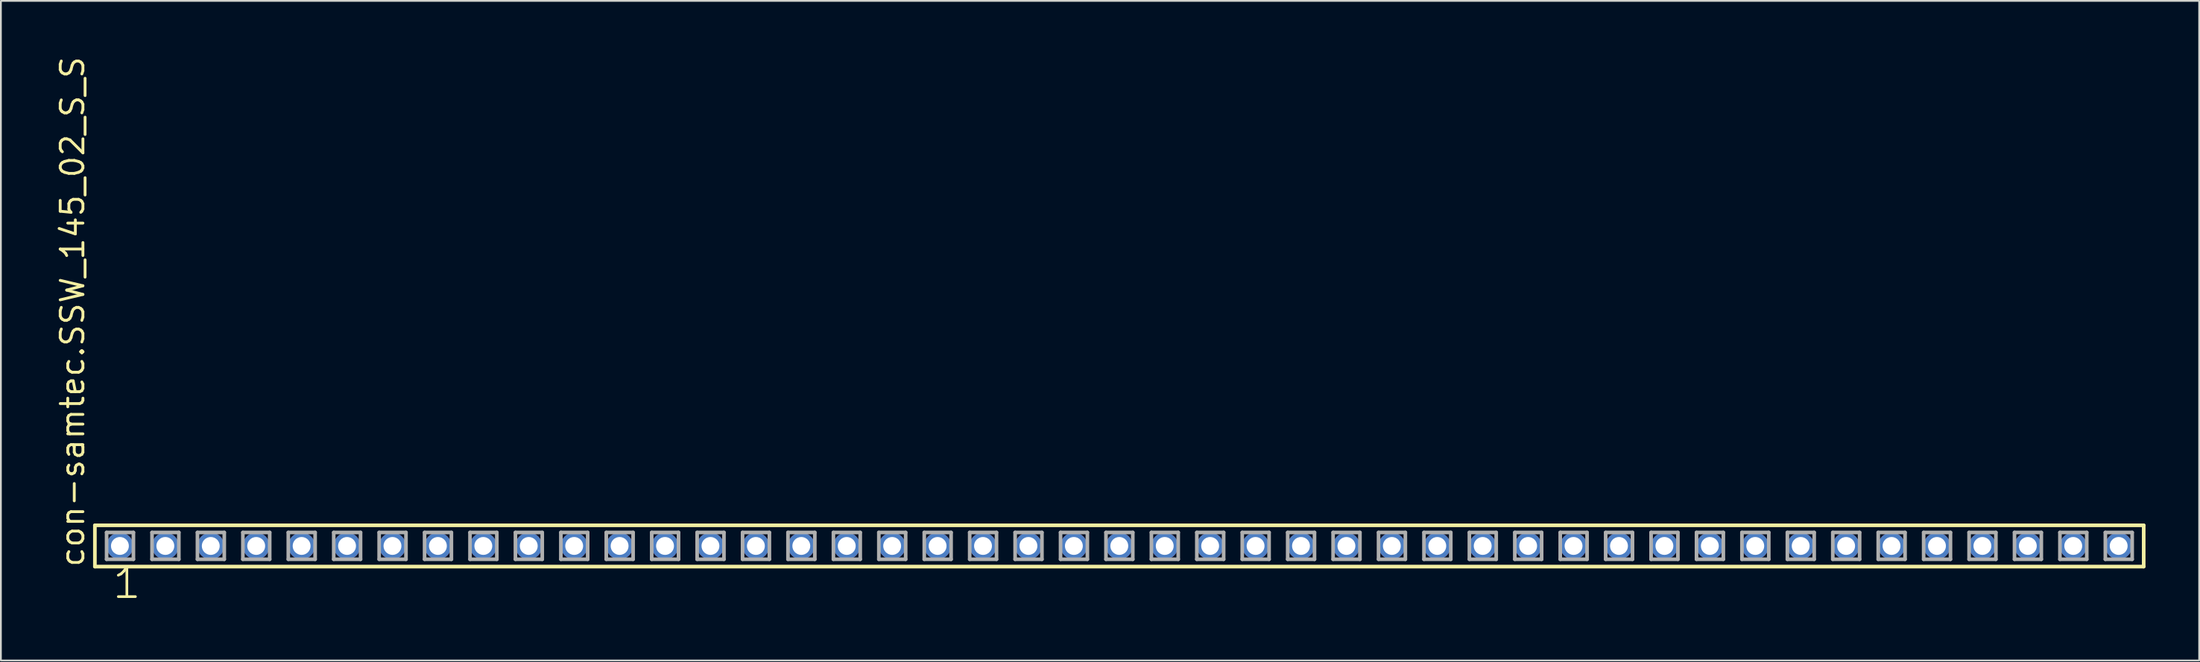
<source format=kicad_pcb>
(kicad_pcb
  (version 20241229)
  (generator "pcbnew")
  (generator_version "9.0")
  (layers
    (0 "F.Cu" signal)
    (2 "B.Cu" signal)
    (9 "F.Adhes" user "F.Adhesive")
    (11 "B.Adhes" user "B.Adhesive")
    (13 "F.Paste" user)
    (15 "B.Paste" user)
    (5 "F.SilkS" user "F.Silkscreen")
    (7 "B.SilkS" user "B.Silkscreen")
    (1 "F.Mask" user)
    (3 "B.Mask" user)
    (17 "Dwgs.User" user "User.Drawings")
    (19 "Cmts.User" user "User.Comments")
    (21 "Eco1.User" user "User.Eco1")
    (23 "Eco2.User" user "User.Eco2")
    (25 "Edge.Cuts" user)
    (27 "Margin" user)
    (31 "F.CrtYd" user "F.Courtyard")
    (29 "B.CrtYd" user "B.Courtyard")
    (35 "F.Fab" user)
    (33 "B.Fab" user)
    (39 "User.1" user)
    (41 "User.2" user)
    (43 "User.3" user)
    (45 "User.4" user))
  (footprint "con-samtec.SSW_145_02_S_S"
    (layer "F.Cu")
    (at 59.535 27.501)
    (property "Reference" "con-samtec.SSW_145_02_S_S" (at -57.785 1.27 90) (layer "F.SilkS") (effects (font (size 1.27 1.27) (thickness 0.16)) (justify left bottom)))
    (attr through_hole)
    (fp_line (start -57.279 -1.155) (end 57.279 -1.155) (stroke (width 0.203) (type default)) (layer "F.SilkS"))
    (fp_line (start -57.279 1.155) (end -57.279 -1.155) (stroke (width 0.203) (type default)) (layer "F.SilkS"))
    (fp_line (start 57.279 -1.155) (end 57.279 1.155) (stroke (width 0.203) (type default)) (layer "F.SilkS"))
    (fp_line (start 57.279 1.155) (end -57.279 1.155) (stroke (width 0.203) (type default)) (layer "F.SilkS"))
    (fp_line (start -56.625 -0.755) (end -55.125 -0.755) (stroke (width 0.203) (type default)) (layer "F.Fab"))
    (fp_line (start -56.625 0.745) (end -56.625 -0.755) (stroke (width 0.203) (type default)) (layer "F.Fab"))
    (fp_line (start -55.125 -0.755) (end -55.125 0.745) (stroke (width 0.203) (type default)) (layer "F.Fab"))
    (fp_line (start -55.125 0.745) (end -56.625 0.745) (stroke (width 0.203) (type default)) (layer "F.Fab"))
    (fp_line (start -54.085 -0.755) (end -52.585 -0.755) (stroke (width 0.203) (type default)) (layer "F.Fab"))
    (fp_line (start -54.085 0.745) (end -54.085 -0.755) (stroke (width 0.203) (type default)) (layer "F.Fab"))
    (fp_line (start -52.585 -0.755) (end -52.585 0.745) (stroke (width 0.203) (type default)) (layer "F.Fab"))
    (fp_line (start -52.585 0.745) (end -54.085 0.745) (stroke (width 0.203) (type default)) (layer "F.Fab"))
    (fp_line (start -51.545 -0.755) (end -50.045 -0.755) (stroke (width 0.203) (type default)) (layer "F.Fab"))
    (fp_line (start -51.545 0.745) (end -51.545 -0.755) (stroke (width 0.203) (type default)) (layer "F.Fab"))
    (fp_line (start -50.045 -0.755) (end -50.045 0.745) (stroke (width 0.203) (type default)) (layer "F.Fab"))
    (fp_line (start -50.045 0.745) (end -51.545 0.745) (stroke (width 0.203) (type default)) (layer "F.Fab"))
    (fp_line (start -49.005 -0.755) (end -47.505 -0.755) (stroke (width 0.203) (type default)) (layer "F.Fab"))
    (fp_line (start -49.005 0.745) (end -49.005 -0.755) (stroke (width 0.203) (type default)) (layer "F.Fab"))
    (fp_line (start -47.505 -0.755) (end -47.505 0.745) (stroke (width 0.203) (type default)) (layer "F.Fab"))
    (fp_line (start -47.505 0.745) (end -49.005 0.745) (stroke (width 0.203) (type default)) (layer "F.Fab"))
    (fp_line (start -46.465 -0.755) (end -44.965 -0.755) (stroke (width 0.203) (type default)) (layer "F.Fab"))
    (fp_line (start -46.465 0.745) (end -46.465 -0.755) (stroke (width 0.203) (type default)) (layer "F.Fab"))
    (fp_line (start -44.965 -0.755) (end -44.965 0.745) (stroke (width 0.203) (type default)) (layer "F.Fab"))
    (fp_line (start -44.965 0.745) (end -46.465 0.745) (stroke (width 0.203) (type default)) (layer "F.Fab"))
    (fp_line (start -43.925 -0.755) (end -42.425 -0.755) (stroke (width 0.203) (type default)) (layer "F.Fab"))
    (fp_line (start -43.925 0.745) (end -43.925 -0.755) (stroke (width 0.203) (type default)) (layer "F.Fab"))
    (fp_line (start -42.425 -0.755) (end -42.425 0.745) (stroke (width 0.203) (type default)) (layer "F.Fab"))
    (fp_line (start -42.425 0.745) (end -43.925 0.745) (stroke (width 0.203) (type default)) (layer "F.Fab"))
    (fp_line (start -41.385 -0.755) (end -39.885 -0.755) (stroke (width 0.203) (type default)) (layer "F.Fab"))
    (fp_line (start -41.385 0.745) (end -41.385 -0.755) (stroke (width 0.203) (type default)) (layer "F.Fab"))
    (fp_line (start -39.885 -0.755) (end -39.885 0.745) (stroke (width 0.203) (type default)) (layer "F.Fab"))
    (fp_line (start -39.885 0.745) (end -41.385 0.745) (stroke (width 0.203) (type default)) (layer "F.Fab"))
    (fp_line (start -38.845 -0.755) (end -37.345 -0.755) (stroke (width 0.203) (type default)) (layer "F.Fab"))
    (fp_line (start -38.845 0.745) (end -38.845 -0.755) (stroke (width 0.203) (type default)) (layer "F.Fab"))
    (fp_line (start -37.345 -0.755) (end -37.345 0.745) (stroke (width 0.203) (type default)) (layer "F.Fab"))
    (fp_line (start -37.345 0.745) (end -38.845 0.745) (stroke (width 0.203) (type default)) (layer "F.Fab"))
    (fp_line (start -36.305 -0.755) (end -34.805 -0.755) (stroke (width 0.203) (type default)) (layer "F.Fab"))
    (fp_line (start -36.305 0.745) (end -36.305 -0.755) (stroke (width 0.203) (type default)) (layer "F.Fab"))
    (fp_line (start -34.805 -0.755) (end -34.805 0.745) (stroke (width 0.203) (type default)) (layer "F.Fab"))
    (fp_line (start -34.805 0.745) (end -36.305 0.745) (stroke (width 0.203) (type default)) (layer "F.Fab"))
    (fp_line (start -33.765 -0.755) (end -32.265 -0.755) (stroke (width 0.203) (type default)) (layer "F.Fab"))
    (fp_line (start -33.765 0.745) (end -33.765 -0.755) (stroke (width 0.203) (type default)) (layer "F.Fab"))
    (fp_line (start -32.265 -0.755) (end -32.265 0.745) (stroke (width 0.203) (type default)) (layer "F.Fab"))
    (fp_line (start -32.265 0.745) (end -33.765 0.745) (stroke (width 0.203) (type default)) (layer "F.Fab"))
    (fp_line (start -31.225 -0.755) (end -29.725 -0.755) (stroke (width 0.203) (type default)) (layer "F.Fab"))
    (fp_line (start -31.225 0.745) (end -31.225 -0.755) (stroke (width 0.203) (type default)) (layer "F.Fab"))
    (fp_line (start -29.725 -0.755) (end -29.725 0.745) (stroke (width 0.203) (type default)) (layer "F.Fab"))
    (fp_line (start -29.725 0.745) (end -31.225 0.745) (stroke (width 0.203) (type default)) (layer "F.Fab"))
    (fp_line (start -28.685 -0.755) (end -27.185 -0.755) (stroke (width 0.203) (type default)) (layer "F.Fab"))
    (fp_line (start -28.685 0.745) (end -28.685 -0.755) (stroke (width 0.203) (type default)) (layer "F.Fab"))
    (fp_line (start -27.185 -0.755) (end -27.185 0.745) (stroke (width 0.203) (type default)) (layer "F.Fab"))
    (fp_line (start -27.185 0.745) (end -28.685 0.745) (stroke (width 0.203) (type default)) (layer "F.Fab"))
    (fp_line (start -26.145 -0.755) (end -24.645 -0.755) (stroke (width 0.203) (type default)) (layer "F.Fab"))
    (fp_line (start -26.145 0.745) (end -26.145 -0.755) (stroke (width 0.203) (type default)) (layer "F.Fab"))
    (fp_line (start -24.645 -0.755) (end -24.645 0.745) (stroke (width 0.203) (type default)) (layer "F.Fab"))
    (fp_line (start -24.645 0.745) (end -26.145 0.745) (stroke (width 0.203) (type default)) (layer "F.Fab"))
    (fp_line (start -23.605 -0.755) (end -22.105 -0.755) (stroke (width 0.203) (type default)) (layer "F.Fab"))
    (fp_line (start -23.605 0.745) (end -23.605 -0.755) (stroke (width 0.203) (type default)) (layer "F.Fab"))
    (fp_line (start -22.105 -0.755) (end -22.105 0.745) (stroke (width 0.203) (type default)) (layer "F.Fab"))
    (fp_line (start -22.105 0.745) (end -23.605 0.745) (stroke (width 0.203) (type default)) (layer "F.Fab"))
    (fp_line (start -21.065 -0.755) (end -19.565 -0.755) (stroke (width 0.203) (type default)) (layer "F.Fab"))
    (fp_line (start -21.065 0.745) (end -21.065 -0.755) (stroke (width 0.203) (type default)) (layer "F.Fab"))
    (fp_line (start -19.565 -0.755) (end -19.565 0.745) (stroke (width 0.203) (type default)) (layer "F.Fab"))
    (fp_line (start -19.565 0.745) (end -21.065 0.745) (stroke (width 0.203) (type default)) (layer "F.Fab"))
    (fp_line (start -18.525 -0.755) (end -17.025 -0.755) (stroke (width 0.203) (type default)) (layer "F.Fab"))
    (fp_line (start -18.525 0.745) (end -18.525 -0.755) (stroke (width 0.203) (type default)) (layer "F.Fab"))
    (fp_line (start -17.025 -0.755) (end -17.025 0.745) (stroke (width 0.203) (type default)) (layer "F.Fab"))
    (fp_line (start -17.025 0.745) (end -18.525 0.745) (stroke (width 0.203) (type default)) (layer "F.Fab"))
    (fp_line (start -15.985 -0.755) (end -14.485 -0.755) (stroke (width 0.203) (type default)) (layer "F.Fab"))
    (fp_line (start -15.985 0.745) (end -15.985 -0.755) (stroke (width 0.203) (type default)) (layer "F.Fab"))
    (fp_line (start -14.485 -0.755) (end -14.485 0.745) (stroke (width 0.203) (type default)) (layer "F.Fab"))
    (fp_line (start -14.485 0.745) (end -15.985 0.745) (stroke (width 0.203) (type default)) (layer "F.Fab"))
    (fp_line (start -13.445 -0.755) (end -11.945 -0.755) (stroke (width 0.203) (type default)) (layer "F.Fab"))
    (fp_line (start -13.445 0.745) (end -13.445 -0.755) (stroke (width 0.203) (type default)) (layer "F.Fab"))
    (fp_line (start -11.945 -0.755) (end -11.945 0.745) (stroke (width 0.203) (type default)) (layer "F.Fab"))
    (fp_line (start -11.945 0.745) (end -13.445 0.745) (stroke (width 0.203) (type default)) (layer "F.Fab"))
    (fp_line (start -10.905 -0.755) (end -9.405 -0.755) (stroke (width 0.203) (type default)) (layer "F.Fab"))
    (fp_line (start -10.905 0.745) (end -10.905 -0.755) (stroke (width 0.203) (type default)) (layer "F.Fab"))
    (fp_line (start -9.405 -0.755) (end -9.405 0.745) (stroke (width 0.203) (type default)) (layer "F.Fab"))
    (fp_line (start -9.405 0.745) (end -10.905 0.745) (stroke (width 0.203) (type default)) (layer "F.Fab"))
    (fp_line (start -8.365 -0.755) (end -6.865 -0.755) (stroke (width 0.203) (type default)) (layer "F.Fab"))
    (fp_line (start -8.365 0.745) (end -8.365 -0.755) (stroke (width 0.203) (type default)) (layer "F.Fab"))
    (fp_line (start -6.865 -0.755) (end -6.865 0.745) (stroke (width 0.203) (type default)) (layer "F.Fab"))
    (fp_line (start -6.865 0.745) (end -8.365 0.745) (stroke (width 0.203) (type default)) (layer "F.Fab"))
    (fp_line (start -5.825 -0.755) (end -4.325 -0.755) (stroke (width 0.203) (type default)) (layer "F.Fab"))
    (fp_line (start -5.825 0.745) (end -5.825 -0.755) (stroke (width 0.203) (type default)) (layer "F.Fab"))
    (fp_line (start -4.325 -0.755) (end -4.325 0.745) (stroke (width 0.203) (type default)) (layer "F.Fab"))
    (fp_line (start -4.325 0.745) (end -5.825 0.745) (stroke (width 0.203) (type default)) (layer "F.Fab"))
    (fp_line (start -3.285 -0.755) (end -1.785 -0.755) (stroke (width 0.203) (type default)) (layer "F.Fab"))
    (fp_line (start -3.285 0.745) (end -3.285 -0.755) (stroke (width 0.203) (type default)) (layer "F.Fab"))
    (fp_line (start -1.785 -0.755) (end -1.785 0.745) (stroke (width 0.203) (type default)) (layer "F.Fab"))
    (fp_line (start -1.785 0.745) (end -3.285 0.745) (stroke (width 0.203) (type default)) (layer "F.Fab"))
    (fp_line (start -0.745 -0.755) (end 0.755 -0.755) (stroke (width 0.203) (type default)) (layer "F.Fab"))
    (fp_line (start -0.745 0.745) (end -0.745 -0.755) (stroke (width 0.203) (type default)) (layer "F.Fab"))
    (fp_line (start 0.755 -0.755) (end 0.755 0.745) (stroke (width 0.203) (type default)) (layer "F.Fab"))
    (fp_line (start 0.755 0.745) (end -0.745 0.745) (stroke (width 0.203) (type default)) (layer "F.Fab"))
    (fp_line (start 1.795 -0.755) (end 3.295 -0.755) (stroke (width 0.203) (type default)) (layer "F.Fab"))
    (fp_line (start 1.795 0.745) (end 1.795 -0.755) (stroke (width 0.203) (type default)) (layer "F.Fab"))
    (fp_line (start 3.295 -0.755) (end 3.295 0.745) (stroke (width 0.203) (type default)) (layer "F.Fab"))
    (fp_line (start 3.295 0.745) (end 1.795 0.745) (stroke (width 0.203) (type default)) (layer "F.Fab"))
    (fp_line (start 4.335 -0.755) (end 5.835 -0.755) (stroke (width 0.203) (type default)) (layer "F.Fab"))
    (fp_line (start 4.335 0.745) (end 4.335 -0.755) (stroke (width 0.203) (type default)) (layer "F.Fab"))
    (fp_line (start 5.835 -0.755) (end 5.835 0.745) (stroke (width 0.203) (type default)) (layer "F.Fab"))
    (fp_line (start 5.835 0.745) (end 4.335 0.745) (stroke (width 0.203) (type default)) (layer "F.Fab"))
    (fp_line (start 6.875 -0.755) (end 8.375 -0.755) (stroke (width 0.203) (type default)) (layer "F.Fab"))
    (fp_line (start 6.875 0.745) (end 6.875 -0.755) (stroke (width 0.203) (type default)) (layer "F.Fab"))
    (fp_line (start 8.375 -0.755) (end 8.375 0.745) (stroke (width 0.203) (type default)) (layer "F.Fab"))
    (fp_line (start 8.375 0.745) (end 6.875 0.745) (stroke (width 0.203) (type default)) (layer "F.Fab"))
    (fp_line (start 9.415 -0.755) (end 10.915 -0.755) (stroke (width 0.203) (type default)) (layer "F.Fab"))
    (fp_line (start 9.415 0.745) (end 9.415 -0.755) (stroke (width 0.203) (type default)) (layer "F.Fab"))
    (fp_line (start 10.915 -0.755) (end 10.915 0.745) (stroke (width 0.203) (type default)) (layer "F.Fab"))
    (fp_line (start 10.915 0.745) (end 9.415 0.745) (stroke (width 0.203) (type default)) (layer "F.Fab"))
    (fp_line (start 11.955 -0.755) (end 13.455 -0.755) (stroke (width 0.203) (type default)) (layer "F.Fab"))
    (fp_line (start 11.955 0.745) (end 11.955 -0.755) (stroke (width 0.203) (type default)) (layer "F.Fab"))
    (fp_line (start 13.455 -0.755) (end 13.455 0.745) (stroke (width 0.203) (type default)) (layer "F.Fab"))
    (fp_line (start 13.455 0.745) (end 11.955 0.745) (stroke (width 0.203) (type default)) (layer "F.Fab"))
    (fp_line (start 14.495 -0.755) (end 15.995 -0.755) (stroke (width 0.203) (type default)) (layer "F.Fab"))
    (fp_line (start 14.495 0.745) (end 14.495 -0.755) (stroke (width 0.203) (type default)) (layer "F.Fab"))
    (fp_line (start 15.995 -0.755) (end 15.995 0.745) (stroke (width 0.203) (type default)) (layer "F.Fab"))
    (fp_line (start 15.995 0.745) (end 14.495 0.745) (stroke (width 0.203) (type default)) (layer "F.Fab"))
    (fp_line (start 17.035 -0.755) (end 18.535 -0.755) (stroke (width 0.203) (type default)) (layer "F.Fab"))
    (fp_line (start 17.035 0.745) (end 17.035 -0.755) (stroke (width 0.203) (type default)) (layer "F.Fab"))
    (fp_line (start 18.535 -0.755) (end 18.535 0.745) (stroke (width 0.203) (type default)) (layer "F.Fab"))
    (fp_line (start 18.535 0.745) (end 17.035 0.745) (stroke (width 0.203) (type default)) (layer "F.Fab"))
    (fp_line (start 19.575 -0.755) (end 21.075 -0.755) (stroke (width 0.203) (type default)) (layer "F.Fab"))
    (fp_line (start 19.575 0.745) (end 19.575 -0.755) (stroke (width 0.203) (type default)) (layer "F.Fab"))
    (fp_line (start 21.075 -0.755) (end 21.075 0.745) (stroke (width 0.203) (type default)) (layer "F.Fab"))
    (fp_line (start 21.075 0.745) (end 19.575 0.745) (stroke (width 0.203) (type default)) (layer "F.Fab"))
    (fp_line (start 22.115 -0.755) (end 23.615 -0.755) (stroke (width 0.203) (type default)) (layer "F.Fab"))
    (fp_line (start 22.115 0.745) (end 22.115 -0.755) (stroke (width 0.203) (type default)) (layer "F.Fab"))
    (fp_line (start 23.615 -0.755) (end 23.615 0.745) (stroke (width 0.203) (type default)) (layer "F.Fab"))
    (fp_line (start 23.615 0.745) (end 22.115 0.745) (stroke (width 0.203) (type default)) (layer "F.Fab"))
    (fp_line (start 24.655 -0.755) (end 26.155 -0.755) (stroke (width 0.203) (type default)) (layer "F.Fab"))
    (fp_line (start 24.655 0.745) (end 24.655 -0.755) (stroke (width 0.203) (type default)) (layer "F.Fab"))
    (fp_line (start 26.155 -0.755) (end 26.155 0.745) (stroke (width 0.203) (type default)) (layer "F.Fab"))
    (fp_line (start 26.155 0.745) (end 24.655 0.745) (stroke (width 0.203) (type default)) (layer "F.Fab"))
    (fp_line (start 27.195 -0.755) (end 28.695 -0.755) (stroke (width 0.203) (type default)) (layer "F.Fab"))
    (fp_line (start 27.195 0.745) (end 27.195 -0.755) (stroke (width 0.203) (type default)) (layer "F.Fab"))
    (fp_line (start 28.695 -0.755) (end 28.695 0.745) (stroke (width 0.203) (type default)) (layer "F.Fab"))
    (fp_line (start 28.695 0.745) (end 27.195 0.745) (stroke (width 0.203) (type default)) (layer "F.Fab"))
    (fp_line (start 29.735 -0.755) (end 31.235 -0.755) (stroke (width 0.203) (type default)) (layer "F.Fab"))
    (fp_line (start 29.735 0.745) (end 29.735 -0.755) (stroke (width 0.203) (type default)) (layer "F.Fab"))
    (fp_line (start 31.235 -0.755) (end 31.235 0.745) (stroke (width 0.203) (type default)) (layer "F.Fab"))
    (fp_line (start 31.235 0.745) (end 29.735 0.745) (stroke (width 0.203) (type default)) (layer "F.Fab"))
    (fp_line (start 32.275 -0.755) (end 33.775 -0.755) (stroke (width 0.203) (type default)) (layer "F.Fab"))
    (fp_line (start 32.275 0.745) (end 32.275 -0.755) (stroke (width 0.203) (type default)) (layer "F.Fab"))
    (fp_line (start 33.775 -0.755) (end 33.775 0.745) (stroke (width 0.203) (type default)) (layer "F.Fab"))
    (fp_line (start 33.775 0.745) (end 32.275 0.745) (stroke (width 0.203) (type default)) (layer "F.Fab"))
    (fp_line (start 34.815 -0.755) (end 36.315 -0.755) (stroke (width 0.203) (type default)) (layer "F.Fab"))
    (fp_line (start 34.815 0.745) (end 34.815 -0.755) (stroke (width 0.203) (type default)) (layer "F.Fab"))
    (fp_line (start 36.315 -0.755) (end 36.315 0.745) (stroke (width 0.203) (type default)) (layer "F.Fab"))
    (fp_line (start 36.315 0.745) (end 34.815 0.745) (stroke (width 0.203) (type default)) (layer "F.Fab"))
    (fp_line (start 37.355 -0.755) (end 38.855 -0.755) (stroke (width 0.203) (type default)) (layer "F.Fab"))
    (fp_line (start 37.355 0.745) (end 37.355 -0.755) (stroke (width 0.203) (type default)) (layer "F.Fab"))
    (fp_line (start 38.855 -0.755) (end 38.855 0.745) (stroke (width 0.203) (type default)) (layer "F.Fab"))
    (fp_line (start 38.855 0.745) (end 37.355 0.745) (stroke (width 0.203) (type default)) (layer "F.Fab"))
    (fp_line (start 39.895 -0.755) (end 41.395 -0.755) (stroke (width 0.203) (type default)) (layer "F.Fab"))
    (fp_line (start 39.895 0.745) (end 39.895 -0.755) (stroke (width 0.203) (type default)) (layer "F.Fab"))
    (fp_line (start 41.395 -0.755) (end 41.395 0.745) (stroke (width 0.203) (type default)) (layer "F.Fab"))
    (fp_line (start 41.395 0.745) (end 39.895 0.745) (stroke (width 0.203) (type default)) (layer "F.Fab"))
    (fp_line (start 42.435 -0.755) (end 43.935 -0.755) (stroke (width 0.203) (type default)) (layer "F.Fab"))
    (fp_line (start 42.435 0.745) (end 42.435 -0.755) (stroke (width 0.203) (type default)) (layer "F.Fab"))
    (fp_line (start 43.935 -0.755) (end 43.935 0.745) (stroke (width 0.203) (type default)) (layer "F.Fab"))
    (fp_line (start 43.935 0.745) (end 42.435 0.745) (stroke (width 0.203) (type default)) (layer "F.Fab"))
    (fp_line (start 44.975 -0.755) (end 46.475 -0.755) (stroke (width 0.203) (type default)) (layer "F.Fab"))
    (fp_line (start 44.975 0.745) (end 44.975 -0.755) (stroke (width 0.203) (type default)) (layer "F.Fab"))
    (fp_line (start 46.475 -0.755) (end 46.475 0.745) (stroke (width 0.203) (type default)) (layer "F.Fab"))
    (fp_line (start 46.475 0.745) (end 44.975 0.745) (stroke (width 0.203) (type default)) (layer "F.Fab"))
    (fp_line (start 47.515 -0.755) (end 49.015 -0.755) (stroke (width 0.203) (type default)) (layer "F.Fab"))
    (fp_line (start 47.515 0.745) (end 47.515 -0.755) (stroke (width 0.203) (type default)) (layer "F.Fab"))
    (fp_line (start 49.015 -0.755) (end 49.015 0.745) (stroke (width 0.203) (type default)) (layer "F.Fab"))
    (fp_line (start 49.015 0.745) (end 47.515 0.745) (stroke (width 0.203) (type default)) (layer "F.Fab"))
    (fp_line (start 50.055 -0.755) (end 51.555 -0.755) (stroke (width 0.203) (type default)) (layer "F.Fab"))
    (fp_line (start 50.055 0.745) (end 50.055 -0.755) (stroke (width 0.203) (type default)) (layer "F.Fab"))
    (fp_line (start 51.555 -0.755) (end 51.555 0.745) (stroke (width 0.203) (type default)) (layer "F.Fab"))
    (fp_line (start 51.555 0.745) (end 50.055 0.745) (stroke (width 0.203) (type default)) (layer "F.Fab"))
    (fp_line (start 52.595 -0.755) (end 54.095 -0.755) (stroke (width 0.203) (type default)) (layer "F.Fab"))
    (fp_line (start 52.595 0.745) (end 52.595 -0.755) (stroke (width 0.203) (type default)) (layer "F.Fab"))
    (fp_line (start 54.095 -0.755) (end 54.095 0.745) (stroke (width 0.203) (type default)) (layer "F.Fab"))
    (fp_line (start 54.095 0.745) (end 52.595 0.745) (stroke (width 0.203) (type default)) (layer "F.Fab"))
    (fp_line (start 55.135 -0.755) (end 56.635 -0.755) (stroke (width 0.203) (type default)) (layer "F.Fab"))
    (fp_line (start 55.135 0.745) (end 55.135 -0.755) (stroke (width 0.203) (type default)) (layer "F.Fab"))
    (fp_line (start 56.635 -0.755) (end 56.635 0.745) (stroke (width 0.203) (type default)) (layer "F.Fab"))
    (fp_line (start 56.635 0.745) (end 55.135 0.745) (stroke (width 0.203) (type default)) (layer "F.Fab"))
    (fp_text user "1" (at -56.388 3.048 0) (layer "F.SilkS") (effects (font (size 1.676 1.676) (thickness 0.15)) (justify left bottom)))
    (pad "1" thru_hole circle (at -55.88 0) (size 1.5 1.5) (drill 1) (layers "*.Cu" "*.Mask"))
    (pad "2" thru_hole circle (at -53.34 0) (size 1.5 1.5) (drill 1) (layers "*.Cu" "*.Mask"))
    (pad "3" thru_hole circle (at -50.8 0) (size 1.5 1.5) (drill 1) (layers "*.Cu" "*.Mask"))
    (pad "4" thru_hole circle (at -48.26 0) (size 1.5 1.5) (drill 1) (layers "*.Cu" "*.Mask"))
    (pad "5" thru_hole circle (at -45.72 0) (size 1.5 1.5) (drill 1) (layers "*.Cu" "*.Mask"))
    (pad "6" thru_hole circle (at -43.18 0) (size 1.5 1.5) (drill 1) (layers "*.Cu" "*.Mask"))
    (pad "7" thru_hole circle (at -40.64 0) (size 1.5 1.5) (drill 1) (layers "*.Cu" "*.Mask"))
    (pad "8" thru_hole circle (at -38.1 0) (size 1.5 1.5) (drill 1) (layers "*.Cu" "*.Mask"))
    (pad "9" thru_hole circle (at -35.56 0) (size 1.5 1.5) (drill 1) (layers "*.Cu" "*.Mask"))
    (pad "10" thru_hole circle (at -33.02 0) (size 1.5 1.5) (drill 1) (layers "*.Cu" "*.Mask"))
    (pad "11" thru_hole circle (at -30.48 0) (size 1.5 1.5) (drill 1) (layers "*.Cu" "*.Mask"))
    (pad "12" thru_hole circle (at -27.94 0) (size 1.5 1.5) (drill 1) (layers "*.Cu" "*.Mask"))
    (pad "13" thru_hole circle (at -25.4 0) (size 1.5 1.5) (drill 1) (layers "*.Cu" "*.Mask"))
    (pad "14" thru_hole circle (at -22.86 0) (size 1.5 1.5) (drill 1) (layers "*.Cu" "*.Mask"))
    (pad "15" thru_hole circle (at -20.32 0) (size 1.5 1.5) (drill 1) (layers "*.Cu" "*.Mask"))
    (pad "16" thru_hole circle (at -17.78 0) (size 1.5 1.5) (drill 1) (layers "*.Cu" "*.Mask"))
    (pad "17" thru_hole circle (at -15.24 0) (size 1.5 1.5) (drill 1) (layers "*.Cu" "*.Mask"))
    (pad "18" thru_hole circle (at -12.7 0) (size 1.5 1.5) (drill 1) (layers "*.Cu" "*.Mask"))
    (pad "19" thru_hole circle (at -10.16 0) (size 1.5 1.5) (drill 1) (layers "*.Cu" "*.Mask"))
    (pad "20" thru_hole circle (at -7.62 0) (size 1.5 1.5) (drill 1) (layers "*.Cu" "*.Mask"))
    (pad "21" thru_hole circle (at -5.08 0) (size 1.5 1.5) (drill 1) (layers "*.Cu" "*.Mask"))
    (pad "22" thru_hole circle (at -2.54 0) (size 1.5 1.5) (drill 1) (layers "*.Cu" "*.Mask"))
    (pad "23" thru_hole circle (at 0 0) (size 1.5 1.5) (drill 1) (layers "*.Cu" "*.Mask"))
    (pad "24" thru_hole circle (at 2.54 0) (size 1.5 1.5) (drill 1) (layers "*.Cu" "*.Mask"))
    (pad "25" thru_hole circle (at 5.08 0) (size 1.5 1.5) (drill 1) (layers "*.Cu" "*.Mask"))
    (pad "26" thru_hole circle (at 7.62 0) (size 1.5 1.5) (drill 1) (layers "*.Cu" "*.Mask"))
    (pad "27" thru_hole circle (at 10.16 0) (size 1.5 1.5) (drill 1) (layers "*.Cu" "*.Mask"))
    (pad "28" thru_hole circle (at 12.7 0) (size 1.5 1.5) (drill 1) (layers "*.Cu" "*.Mask"))
    (pad "29" thru_hole circle (at 15.24 0) (size 1.5 1.5) (drill 1) (layers "*.Cu" "*.Mask"))
    (pad "30" thru_hole circle (at 17.78 0) (size 1.5 1.5) (drill 1) (layers "*.Cu" "*.Mask"))
    (pad "31" thru_hole circle (at 20.32 0) (size 1.5 1.5) (drill 1) (layers "*.Cu" "*.Mask"))
    (pad "32" thru_hole circle (at 22.86 0) (size 1.5 1.5) (drill 1) (layers "*.Cu" "*.Mask"))
    (pad "33" thru_hole circle (at 25.4 0) (size 1.5 1.5) (drill 1) (layers "*.Cu" "*.Mask"))
    (pad "34" thru_hole circle (at 27.94 0) (size 1.5 1.5) (drill 1) (layers "*.Cu" "*.Mask"))
    (pad "35" thru_hole circle (at 30.48 0) (size 1.5 1.5) (drill 1) (layers "*.Cu" "*.Mask"))
    (pad "36" thru_hole circle (at 33.02 0) (size 1.5 1.5) (drill 1) (layers "*.Cu" "*.Mask"))
    (pad "37" thru_hole circle (at 35.56 0) (size 1.5 1.5) (drill 1) (layers "*.Cu" "*.Mask"))
    (pad "38" thru_hole circle (at 38.1 0) (size 1.5 1.5) (drill 1) (layers "*.Cu" "*.Mask"))
    (pad "39" thru_hole circle (at 40.64 0) (size 1.5 1.5) (drill 1) (layers "*.Cu" "*.Mask"))
    (pad "40" thru_hole circle (at 43.18 0) (size 1.5 1.5) (drill 1) (layers "*.Cu" "*.Mask"))
    (pad "41" thru_hole circle (at 45.72 0) (size 1.5 1.5) (drill 1) (layers "*.Cu" "*.Mask"))
    (pad "42" thru_hole circle (at 48.26 0) (size 1.5 1.5) (drill 1) (layers "*.Cu" "*.Mask"))
    (pad "43" thru_hole circle (at 50.8 0) (size 1.5 1.5) (drill 1) (layers "*.Cu" "*.Mask"))
    (pad "44" thru_hole circle (at 53.34 0) (size 1.5 1.5) (drill 1) (layers "*.Cu" "*.Mask"))
    (pad "45" thru_hole circle (at 55.88 0) (size 1.5 1.5) (drill 1) (layers "*.Cu" "*.Mask")))
  (gr_rect
    (start -3 -3)
    (end 119.916 33.91)
    (stroke (width 0.1) (type default))
    (fill no)
    (layer "Edge.Cuts")))
</source>
